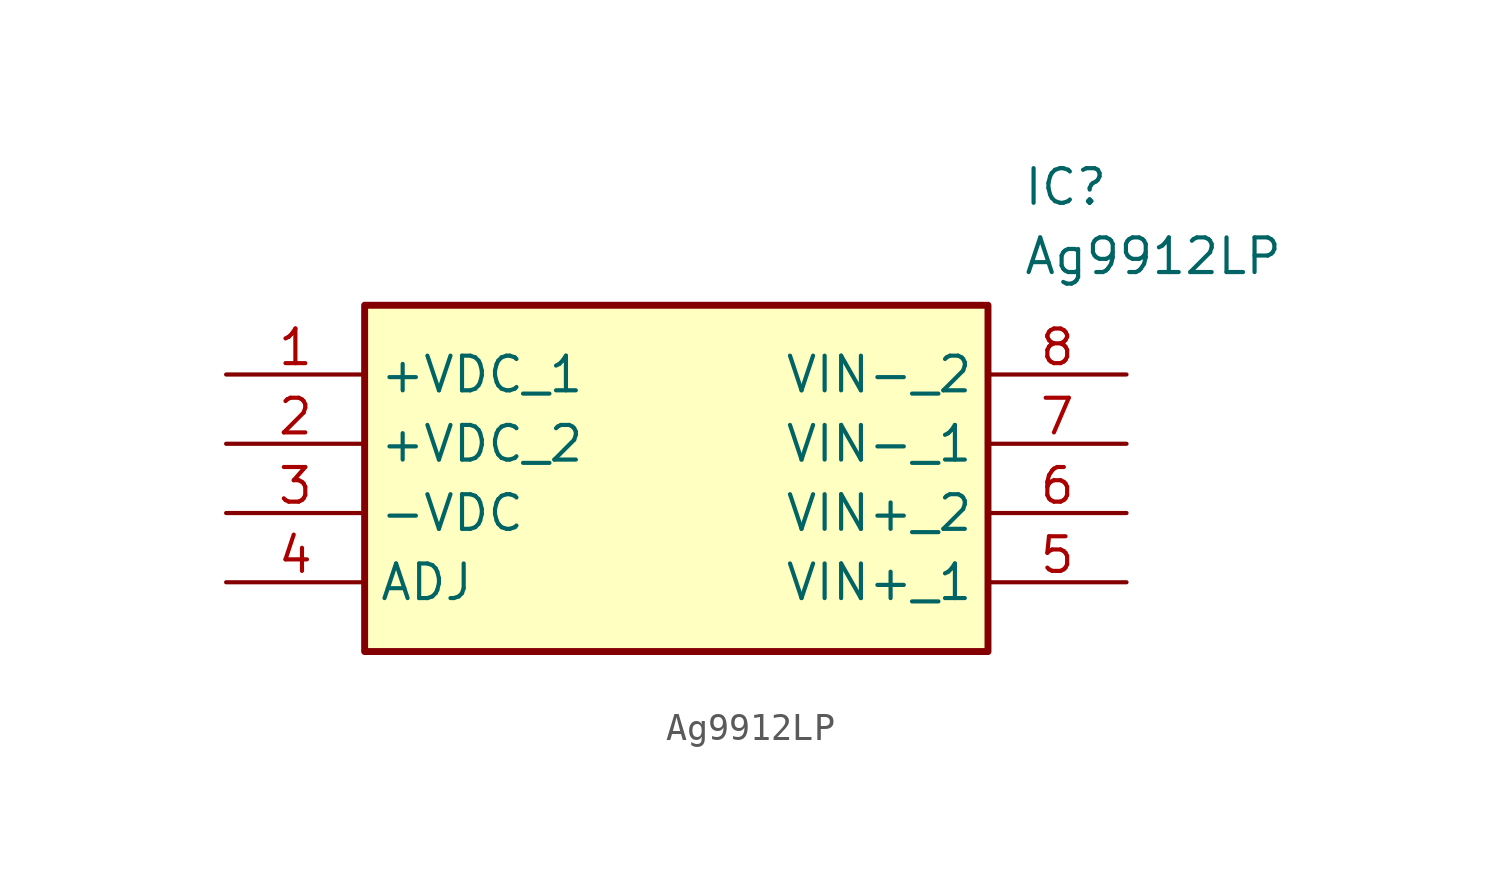
<source format=kicad_sym>
(kicad_symbol_lib
  (version 20211014)
  (generator SamacSys_ECAD_Model)
  (symbol "Ag9912LP"
    (property "Reference" "IC"
      (at 29.21 7.62 0)
      (effects (font (size 1.27 1.27)) (justify left top)))
    (property "Value" "Ag9912LP"
      (at 29.21 5.08 0)
      (effects (font (size 1.27 1.27)) (justify left top)))
    (rectangle
      (start 5.08 2.54)
      (end 27.94 -10.16)
      (stroke (width 0.254) (type default))
      (fill (type background)))
    (pin passive line
      (at 0 0 0)
      (length 5.08)
      (name "+VDC_1" (effects (font (size 1.27 1.27))))
      (number "1" (effects (font (size 1.27 1.27)))))
    (pin passive line
      (at 0 -2.54 0)
      (length 5.08)
      (name "+VDC_2" (effects (font (size 1.27 1.27))))
      (number "2" (effects (font (size 1.27 1.27)))))
    (pin passive line
      (at 0 -5.08 0)
      (length 5.08)
      (name "-VDC" (effects (font (size 1.27 1.27))))
      (number "3" (effects (font (size 1.27 1.27)))))
    (pin passive line
      (at 0 -7.62 0)
      (length 5.08)
      (name "ADJ" (effects (font (size 1.27 1.27))))
      (number "4" (effects (font (size 1.27 1.27)))))
    (pin passive line
      (at 33.02 -7.62 180)
      (length 5.08)
      (name "VIN+_1" (effects (font (size 1.27 1.27))))
      (number "5" (effects (font (size 1.27 1.27)))))
    (pin passive line
      (at 33.02 -5.08 180)
      (length 5.08)
      (name "VIN+_2" (effects (font (size 1.27 1.27))))
      (number "6" (effects (font (size 1.27 1.27)))))
    (pin passive line
      (at 33.02 -2.54 180)
      (length 5.08)
      (name "VIN-_1" (effects (font (size 1.27 1.27))))
      (number "7" (effects (font (size 1.27 1.27)))))
    (pin passive line
      (at 33.02 0 180)
      (length 5.08)
      (name "VIN-_2" (effects (font (size 1.27 1.27))))
      (number "8" (effects (font (size 1.27 1.27)))))))
</source>
